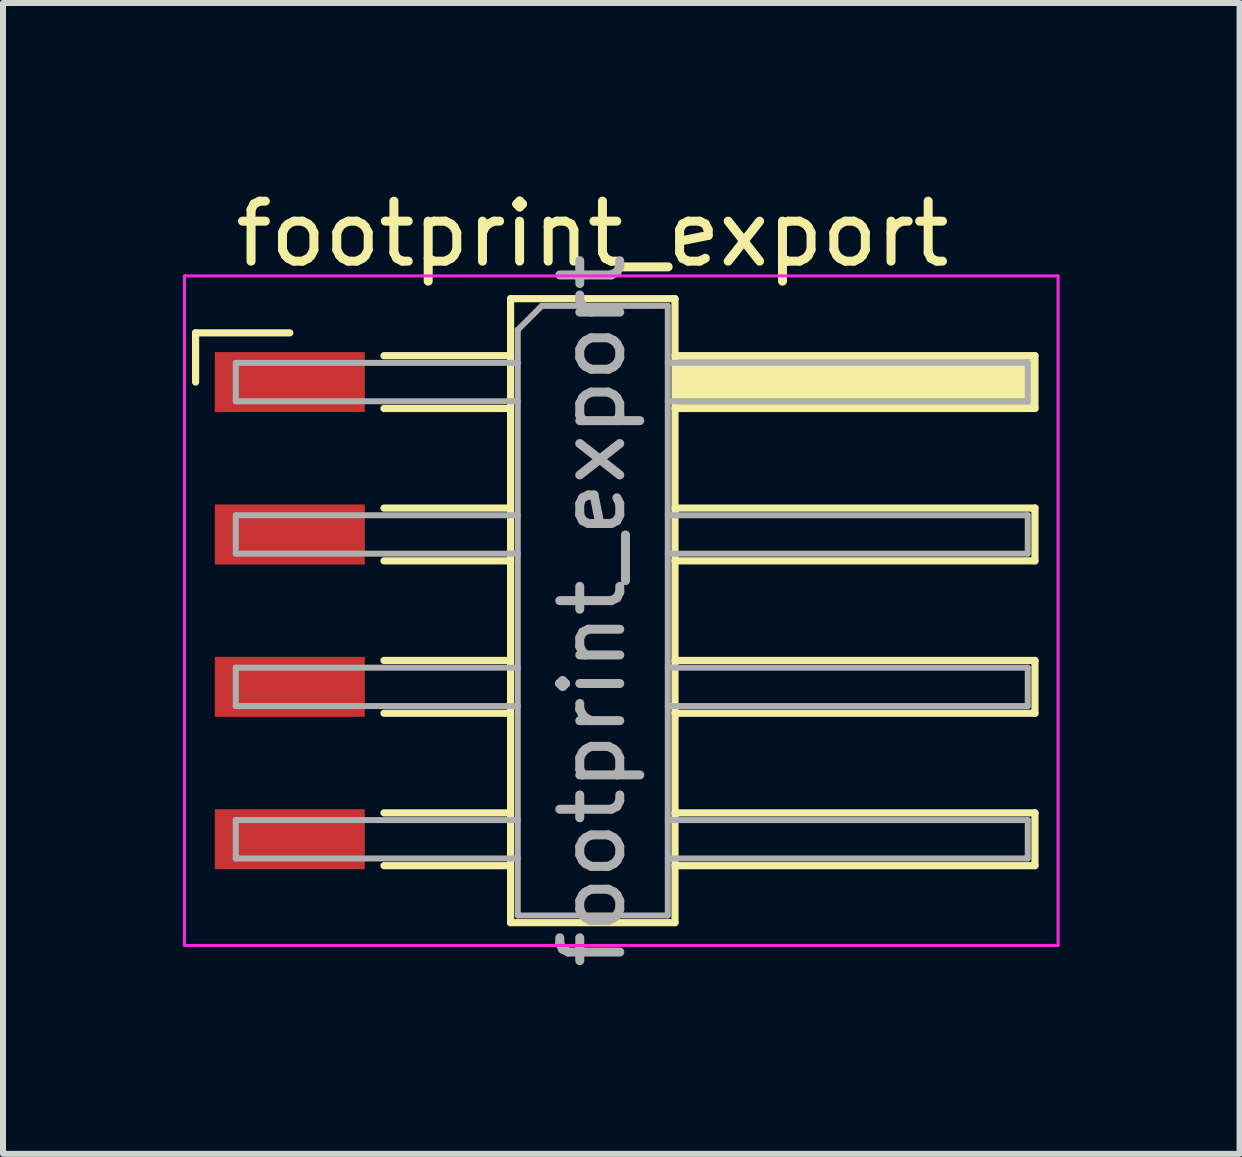
<source format=kicad_pcb>
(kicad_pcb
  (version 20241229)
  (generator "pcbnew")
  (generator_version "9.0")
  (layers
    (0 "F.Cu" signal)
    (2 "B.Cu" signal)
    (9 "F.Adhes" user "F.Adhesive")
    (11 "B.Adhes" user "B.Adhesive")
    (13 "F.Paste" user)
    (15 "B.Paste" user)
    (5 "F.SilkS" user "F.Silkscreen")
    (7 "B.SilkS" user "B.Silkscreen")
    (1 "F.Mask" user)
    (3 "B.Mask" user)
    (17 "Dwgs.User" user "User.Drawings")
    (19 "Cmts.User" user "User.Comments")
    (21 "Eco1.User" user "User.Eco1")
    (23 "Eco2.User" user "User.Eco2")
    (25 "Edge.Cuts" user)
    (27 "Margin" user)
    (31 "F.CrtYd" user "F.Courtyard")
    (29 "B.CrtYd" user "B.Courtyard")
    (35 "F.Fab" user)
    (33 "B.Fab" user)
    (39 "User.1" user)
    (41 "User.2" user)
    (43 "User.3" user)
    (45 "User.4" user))
  (footprint "footprint_export"
    (layer "F.Cu")
    (at 7.305 7.128)
    (property "Reference" "footprint_export" (at -0.48 -6.28 0) (layer "F.SilkS") (effects (font (size 1 1) (thickness 0.15))))
    (attr smd)
    (fp_line (start -7.095 -4.63) (end -5.525 -4.63) (stroke (width 0.12) (type solid)) (layer "F.SilkS"))
    (fp_line (start -7.095 -3.81) (end -7.095 -4.63) (stroke (width 0.12) (type solid)) (layer "F.SilkS"))
    (fp_line (start -3.955 -4.25) (end -1.845 -4.25) (stroke (width 0.12) (type solid)) (layer "F.SilkS"))
    (fp_line (start -3.955 -3.37) (end -1.845 -3.37) (stroke (width 0.12) (type solid)) (layer "F.SilkS"))
    (fp_line (start -3.955 -1.71) (end -1.845 -1.71) (stroke (width 0.12) (type solid)) (layer "F.SilkS"))
    (fp_line (start -3.955 -0.83) (end -1.845 -0.83) (stroke (width 0.12) (type solid)) (layer "F.SilkS"))
    (fp_line (start -3.955 0.83) (end -1.845 0.83) (stroke (width 0.12) (type solid)) (layer "F.SilkS"))
    (fp_line (start -3.955 1.71) (end -1.845 1.71) (stroke (width 0.12) (type solid)) (layer "F.SilkS"))
    (fp_line (start -3.955 3.37) (end -1.845 3.37) (stroke (width 0.12) (type solid)) (layer "F.SilkS"))
    (fp_line (start -3.955 4.25) (end -1.845 4.25) (stroke (width 0.12) (type solid)) (layer "F.SilkS"))
    (fp_line (start -1.845 -5.2) (end 0.895 -5.2) (stroke (width 0.12) (type solid)) (layer "F.SilkS"))
    (fp_line (start -1.845 5.2) (end -1.845 -5.2) (stroke (width 0.12) (type solid)) (layer "F.SilkS"))
    (fp_line (start 0.895 -5.2) (end 0.895 5.2) (stroke (width 0.12) (type solid)) (layer "F.SilkS"))
    (fp_line (start 0.895 -4.25) (end 6.895 -4.25) (stroke (width 0.12) (type solid)) (layer "F.SilkS"))
    (fp_line (start 0.895 -1.71) (end 6.895 -1.71) (stroke (width 0.12) (type solid)) (layer "F.SilkS"))
    (fp_line (start 0.895 0.83) (end 6.895 0.83) (stroke (width 0.12) (type solid)) (layer "F.SilkS"))
    (fp_line (start 0.895 3.37) (end 6.895 3.37) (stroke (width 0.12) (type solid)) (layer "F.SilkS"))
    (fp_line (start 0.895 5.2) (end -1.845 5.2) (stroke (width 0.12) (type solid)) (layer "F.SilkS"))
    (fp_line (start 6.895 -4.25) (end 6.895 -3.37) (stroke (width 0.12) (type solid)) (layer "F.SilkS"))
    (fp_line (start 6.895 -3.37) (end 0.895 -3.37) (stroke (width 0.12) (type solid)) (layer "F.SilkS"))
    (fp_line (start 6.895 -1.71) (end 6.895 -0.83) (stroke (width 0.12) (type solid)) (layer "F.SilkS"))
    (fp_line (start 6.895 -0.83) (end 0.895 -0.83) (stroke (width 0.12) (type solid)) (layer "F.SilkS"))
    (fp_line (start 6.895 0.83) (end 6.895 1.71) (stroke (width 0.12) (type solid)) (layer "F.SilkS"))
    (fp_line (start 6.895 1.71) (end 0.895 1.71) (stroke (width 0.12) (type solid)) (layer "F.SilkS"))
    (fp_line (start 6.895 3.37) (end 6.895 4.25) (stroke (width 0.12) (type solid)) (layer "F.SilkS"))
    (fp_line (start 6.895 4.25) (end 0.895 4.25) (stroke (width 0.12) (type solid)) (layer "F.SilkS"))
    (fp_line (start -7.28 -5.58) (end 7.28 -5.58) (stroke (width 0.05) (type solid)) (layer "F.CrtYd"))
    (fp_line (start -7.28 5.58) (end -7.28 -5.58) (stroke (width 0.05) (type solid)) (layer "F.CrtYd"))
    (fp_line (start 7.28 -5.58) (end 7.28 5.58) (stroke (width 0.05) (type solid)) (layer "F.CrtYd"))
    (fp_line (start 7.28 5.58) (end -7.28 5.58) (stroke (width 0.05) (type solid)) (layer "F.CrtYd"))
    (fp_line (start -6.425 -4.13) (end -6.425 -3.49) (stroke (width 0.1) (type solid)) (layer "F.Fab"))
    (fp_line (start -6.425 -3.49) (end -1.725 -3.49) (stroke (width 0.1) (type solid)) (layer "F.Fab"))
    (fp_line (start -6.425 -1.59) (end -6.425 -0.95) (stroke (width 0.1) (type solid)) (layer "F.Fab"))
    (fp_line (start -6.425 -0.95) (end -1.725 -0.95) (stroke (width 0.1) (type solid)) (layer "F.Fab"))
    (fp_line (start -6.425 0.95) (end -6.425 1.59) (stroke (width 0.1) (type solid)) (layer "F.Fab"))
    (fp_line (start -6.425 1.59) (end -1.725 1.59) (stroke (width 0.1) (type solid)) (layer "F.Fab"))
    (fp_line (start -6.425 3.49) (end -6.425 4.13) (stroke (width 0.1) (type solid)) (layer "F.Fab"))
    (fp_line (start -6.425 4.13) (end -1.725 4.13) (stroke (width 0.1) (type solid)) (layer "F.Fab"))
    (fp_line (start -1.725 -4.68) (end -1.325 -5.08) (stroke (width 0.1) (type solid)) (layer "F.Fab"))
    (fp_line (start -1.725 -4.13) (end -6.425 -4.13) (stroke (width 0.1) (type solid)) (layer "F.Fab"))
    (fp_line (start -1.725 -1.59) (end -6.425 -1.59) (stroke (width 0.1) (type solid)) (layer "F.Fab"))
    (fp_line (start -1.725 0.95) (end -6.425 0.95) (stroke (width 0.1) (type solid)) (layer "F.Fab"))
    (fp_line (start -1.725 3.49) (end -6.425 3.49) (stroke (width 0.1) (type solid)) (layer "F.Fab"))
    (fp_line (start -1.725 5.08) (end -1.725 -4.68) (stroke (width 0.1) (type solid)) (layer "F.Fab"))
    (fp_line (start -1.325 -5.08) (end 0.775 -5.08) (stroke (width 0.1) (type solid)) (layer "F.Fab"))
    (fp_line (start 0.775 -5.08) (end 0.775 5.08) (stroke (width 0.1) (type solid)) (layer "F.Fab"))
    (fp_line (start 0.775 -4.13) (end 6.775 -4.13) (stroke (width 0.1) (type solid)) (layer "F.Fab"))
    (fp_line (start 0.775 -1.59) (end 6.775 -1.59) (stroke (width 0.1) (type solid)) (layer "F.Fab"))
    (fp_line (start 0.775 0.95) (end 6.775 0.95) (stroke (width 0.1) (type solid)) (layer "F.Fab"))
    (fp_line (start 0.775 3.49) (end 6.775 3.49) (stroke (width 0.1) (type solid)) (layer "F.Fab"))
    (fp_line (start 0.775 5.08) (end -1.725 5.08) (stroke (width 0.1) (type solid)) (layer "F.Fab"))
    (fp_line (start 6.775 -4.13) (end 6.775 -3.49) (stroke (width 0.1) (type solid)) (layer "F.Fab"))
    (fp_line (start 6.775 -3.49) (end 0.775 -3.49) (stroke (width 0.1) (type solid)) (layer "F.Fab"))
    (fp_line (start 6.775 -1.59) (end 6.775 -0.95) (stroke (width 0.1) (type solid)) (layer "F.Fab"))
    (fp_line (start 6.775 -0.95) (end 0.775 -0.95) (stroke (width 0.1) (type solid)) (layer "F.Fab"))
    (fp_line (start 6.775 0.95) (end 6.775 1.59) (stroke (width 0.1) (type solid)) (layer "F.Fab"))
    (fp_line (start 6.775 1.59) (end 0.775 1.59) (stroke (width 0.1) (type solid)) (layer "F.Fab"))
    (fp_line (start 6.775 3.49) (end 6.775 4.13) (stroke (width 0.1) (type solid)) (layer "F.Fab"))
    (fp_line (start 6.775 4.13) (end 0.775 4.13) (stroke (width 0.1) (type solid)) (layer "F.Fab"))
    (fp_text user "${REFERENCE}" (at -0.48 0 90) (layer "F.Fab") (effects (font (size 1 1) (thickness 0.15))))
    (pad "" smd rect (at 3.895 -3.81) (size 6 0.76) (layers "F.SilkS"))
    (pad "1" smd rect (at -5.525 -3.81) (size 2.5 1) (layers "F.Cu" "F.Mask" "F.Paste"))
    (pad "2" smd rect (at -5.525 -1.27) (size 2.5 1) (layers "F.Cu" "F.Mask" "F.Paste"))
    (pad "3" smd rect (at -5.525 1.27) (size 2.5 1) (layers "F.Cu" "F.Mask" "F.Paste"))
    (pad "4" smd rect (at -5.525 3.81) (size 2.5 1) (layers "F.Cu" "F.Mask" "F.Paste")))
  (gr_rect
    (start -3 -3)
    (end 17.61 16.182)
    (stroke (width 0.1) (type default))
    (fill no)
    (layer "Edge.Cuts")))
</source>
